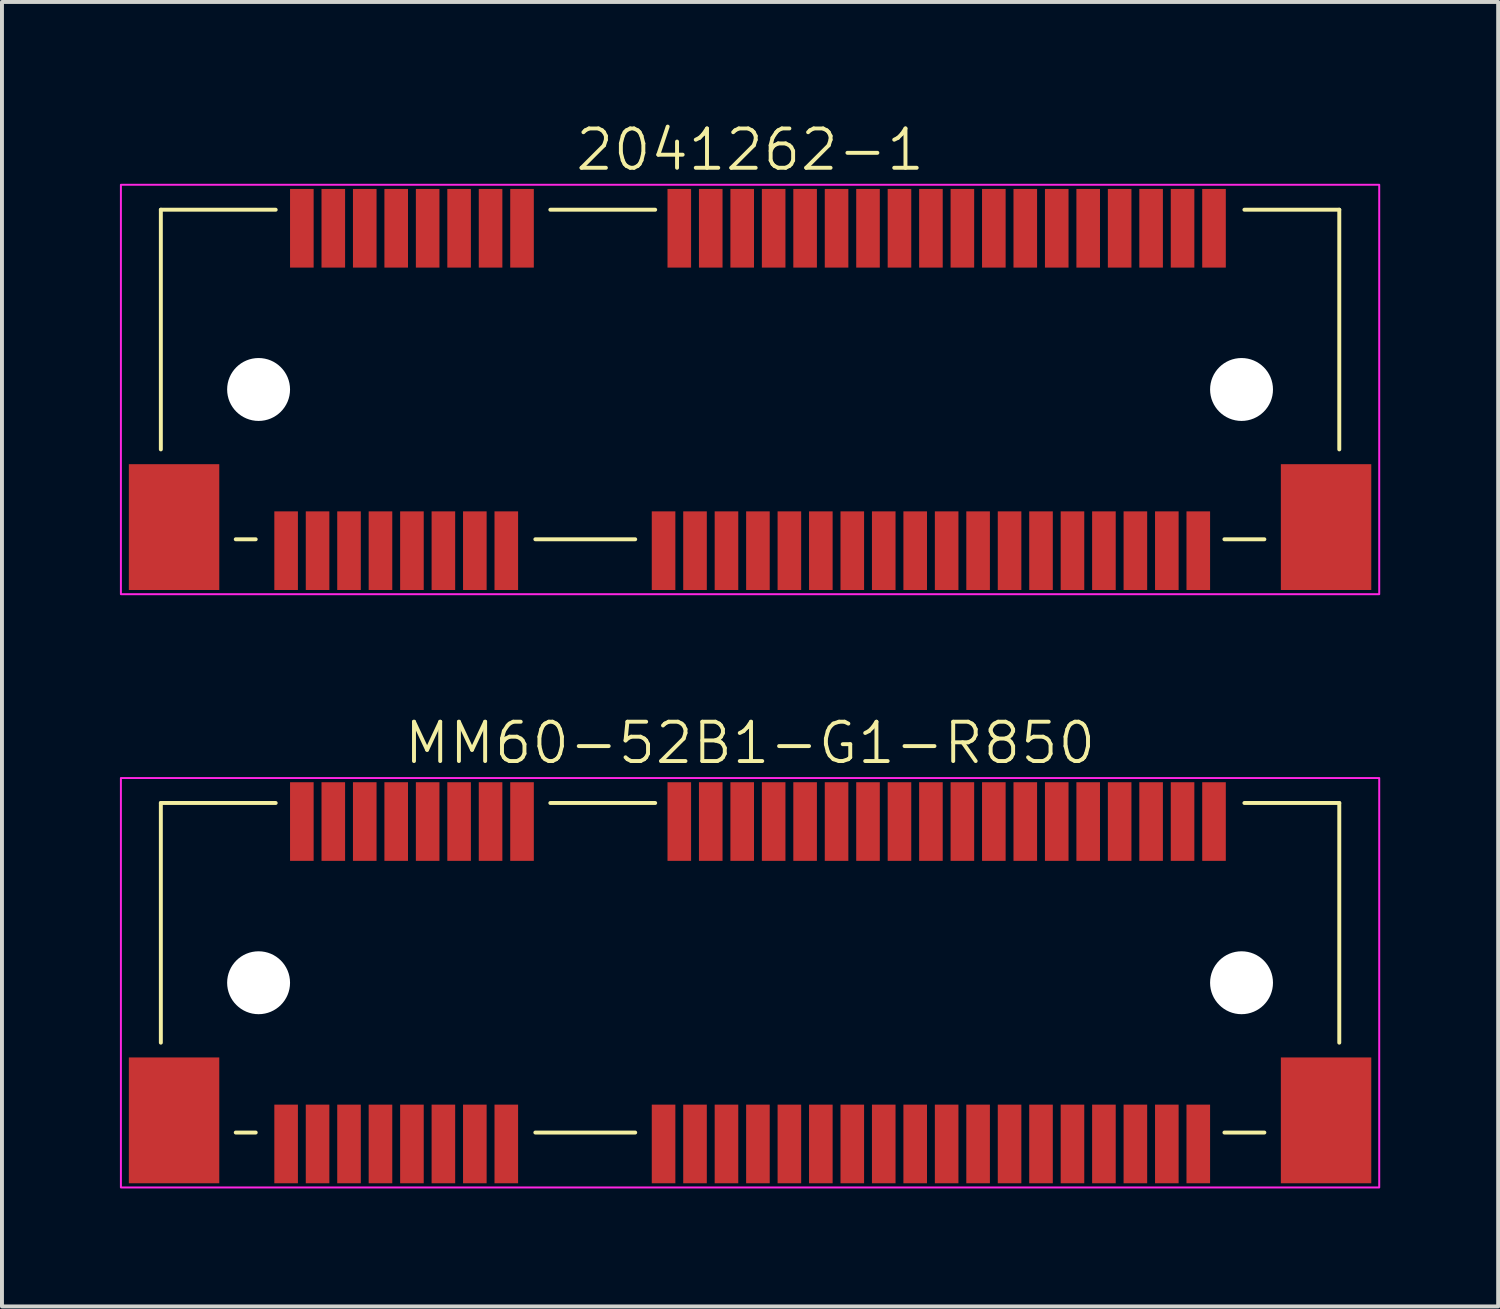
<source format=kicad_pcb>
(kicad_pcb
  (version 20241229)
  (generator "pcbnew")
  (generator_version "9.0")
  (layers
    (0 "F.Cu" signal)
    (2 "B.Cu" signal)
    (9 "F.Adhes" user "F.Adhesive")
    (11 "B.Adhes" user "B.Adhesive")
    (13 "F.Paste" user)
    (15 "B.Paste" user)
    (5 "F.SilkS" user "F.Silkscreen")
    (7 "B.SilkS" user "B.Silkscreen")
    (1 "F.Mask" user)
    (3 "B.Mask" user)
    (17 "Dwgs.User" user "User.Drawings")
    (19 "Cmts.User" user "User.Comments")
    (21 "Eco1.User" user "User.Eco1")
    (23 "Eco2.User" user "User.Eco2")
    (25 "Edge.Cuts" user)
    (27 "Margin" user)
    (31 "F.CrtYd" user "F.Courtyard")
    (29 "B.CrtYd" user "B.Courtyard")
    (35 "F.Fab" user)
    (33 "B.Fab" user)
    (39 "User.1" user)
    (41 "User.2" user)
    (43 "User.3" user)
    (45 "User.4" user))
  (footprint "2041262-1"
    (layer "F.Cu")
    (at 16.027 6.856)
    (property "Reference" "2041262-1" (at 0 -6.096 0) (unlocked yes) (layer "F.SilkS") (effects (font (size 1 1) (thickness 0.1))))
    (attr smd)
    (fp_line (start -14.986 -4.572) (end -12.065 -4.572) (stroke (width 0.1) (type default)) (layer "F.SilkS"))
    (fp_line (start -14.986 1.524) (end -14.986 -4.572) (stroke (width 0.1) (type default)) (layer "F.SilkS"))
    (fp_line (start -13.081 3.81) (end -12.573 3.81) (stroke (width 0.1) (type default)) (layer "F.SilkS"))
    (fp_line (start -5.461 3.81) (end -2.921 3.81) (stroke (width 0.1) (type default)) (layer "F.SilkS"))
    (fp_line (start -2.413 -4.572) (end -5.08 -4.572) (stroke (width 0.1) (type default)) (layer "F.SilkS"))
    (fp_line (start 12.065 3.81) (end 13.081 3.81) (stroke (width 0.1) (type default)) (layer "F.SilkS"))
    (fp_line (start 14.986 -4.572) (end 12.573 -4.572) (stroke (width 0.1) (type default)) (layer "F.SilkS"))
    (fp_line (start 14.986 1.524) (end 14.986 -4.572) (stroke (width 0.1) (type default)) (layer "F.SilkS"))
    (fp_rect (start -16.002 -5.207) (end 16.002 5.207) (stroke (width 0.05) (type default)) (fill no) (layer "F.CrtYd"))
    (pad "" smd rect (at -14.65 3.5) (size 2.3 3.2) (layers "F.Cu" "F.Mask" "F.Paste"))
    (pad "" np_thru_hole circle (at -12.5 0) (size 1.6 1.6) (drill 1.6) (layers "*.Cu" "*.Mask"))
    (pad "" np_thru_hole circle (at 12.5 0) (size 1.6 1.6) (drill 1.6) (layers "*.Cu" "*.Mask"))
    (pad "" smd rect (at 14.65 3.5) (size 2.3 3.2) (layers "F.Cu" "F.Mask" "F.Paste"))
    (pad "1" smd rect (at -11.8 4.1) (size 0.6 2) (layers "F.Cu" "F.Mask" "F.Paste"))
    (pad "2" smd rect (at -11.4 -4.1) (size 0.6 2) (layers "F.Cu" "F.Mask" "F.Paste"))
    (pad "3" smd rect (at -11 4.1) (size 0.6 2) (layers "F.Cu" "F.Mask" "F.Paste"))
    (pad "4" smd rect (at -10.6 -4.1) (size 0.6 2) (layers "F.Cu" "F.Mask" "F.Paste"))
    (pad "5" smd rect (at -10.2 4.1) (size 0.6 2) (layers "F.Cu" "F.Mask" "F.Paste"))
    (pad "6" smd rect (at -9.8 -4.1) (size 0.6 2) (layers "F.Cu" "F.Mask" "F.Paste"))
    (pad "7" smd rect (at -9.4 4.1) (size 0.6 2) (layers "F.Cu" "F.Mask" "F.Paste"))
    (pad "8" smd rect (at -9 -4.1) (size 0.6 2) (layers "F.Cu" "F.Mask" "F.Paste"))
    (pad "9" smd rect (at -8.6 4.1) (size 0.6 2) (layers "F.Cu" "F.Mask" "F.Paste"))
    (pad "10" smd rect (at -8.2 -4.1) (size 0.6 2) (layers "F.Cu" "F.Mask" "F.Paste"))
    (pad "11" smd rect (at -7.8 4.1) (size 0.6 2) (layers "F.Cu" "F.Mask" "F.Paste"))
    (pad "12" smd rect (at -7.4 -4.1) (size 0.6 2) (layers "F.Cu" "F.Mask" "F.Paste"))
    (pad "13" smd rect (at -7 4.1) (size 0.6 2) (layers "F.Cu" "F.Mask" "F.Paste"))
    (pad "14" smd rect (at -6.6 -4.1) (size 0.6 2) (layers "F.Cu" "F.Mask" "F.Paste"))
    (pad "15" smd rect (at -6.2 4.1) (size 0.6 2) (layers "F.Cu" "F.Mask" "F.Paste"))
    (pad "16" smd rect (at -5.8 -4.1) (size 0.6 2) (layers "F.Cu" "F.Mask" "F.Paste"))
    (pad "17" smd rect (at -2.2 4.1) (size 0.6 2) (layers "F.Cu" "F.Mask" "F.Paste"))
    (pad "18" smd rect (at -1.8 -4.1) (size 0.6 2) (layers "F.Cu" "F.Mask" "F.Paste"))
    (pad "19" smd rect (at -1.4 4.1) (size 0.6 2) (layers "F.Cu" "F.Mask" "F.Paste"))
    (pad "20" smd rect (at -1 -4.1) (size 0.6 2) (layers "F.Cu" "F.Mask" "F.Paste"))
    (pad "21" smd rect (at -0.6 4.1) (size 0.6 2) (layers "F.Cu" "F.Mask" "F.Paste"))
    (pad "22" smd rect (at -0.2 -4.1) (size 0.6 2) (layers "F.Cu" "F.Mask" "F.Paste"))
    (pad "23" smd rect (at 0.2 4.1) (size 0.6 2) (layers "F.Cu" "F.Mask" "F.Paste"))
    (pad "24" smd rect (at 0.6 -4.1) (size 0.6 2) (layers "F.Cu" "F.Mask" "F.Paste"))
    (pad "25" smd rect (at 1 4.1) (size 0.6 2) (layers "F.Cu" "F.Mask" "F.Paste"))
    (pad "26" smd rect (at 1.4 -4.1) (size 0.6 2) (layers "F.Cu" "F.Mask" "F.Paste"))
    (pad "27" smd rect (at 1.8 4.1) (size 0.6 2) (layers "F.Cu" "F.Mask" "F.Paste"))
    (pad "28" smd rect (at 2.2 -4.1) (size 0.6 2) (layers "F.Cu" "F.Mask" "F.Paste"))
    (pad "29" smd rect (at 2.6 4.1) (size 0.6 2) (layers "F.Cu" "F.Mask" "F.Paste"))
    (pad "30" smd rect (at 3 -4.1) (size 0.6 2) (layers "F.Cu" "F.Mask" "F.Paste"))
    (pad "31" smd rect (at 3.4 4.1) (size 0.6 2) (layers "F.Cu" "F.Mask" "F.Paste"))
    (pad "32" smd rect (at 3.8 -4.1) (size 0.6 2) (layers "F.Cu" "F.Mask" "F.Paste"))
    (pad "33" smd rect (at 4.2 4.1) (size 0.6 2) (layers "F.Cu" "F.Mask" "F.Paste"))
    (pad "34" smd rect (at 4.6 -4.1) (size 0.6 2) (layers "F.Cu" "F.Mask" "F.Paste"))
    (pad "35" smd rect (at 5 4.1) (size 0.6 2) (layers "F.Cu" "F.Mask" "F.Paste"))
    (pad "36" smd rect (at 5.4 -4.1) (size 0.6 2) (layers "F.Cu" "F.Mask" "F.Paste"))
    (pad "37" smd rect (at 5.8 4.1) (size 0.6 2) (layers "F.Cu" "F.Mask" "F.Paste"))
    (pad "38" smd rect (at 6.2 -4.1) (size 0.6 2) (layers "F.Cu" "F.Mask" "F.Paste"))
    (pad "39" smd rect (at 6.6 4.1) (size 0.6 2) (layers "F.Cu" "F.Mask" "F.Paste"))
    (pad "40" smd rect (at 7 -4.1) (size 0.6 2) (layers "F.Cu" "F.Mask" "F.Paste"))
    (pad "41" smd rect (at 7.4 4.1) (size 0.6 2) (layers "F.Cu" "F.Mask" "F.Paste"))
    (pad "42" smd rect (at 7.8 -4.1) (size 0.6 2) (layers "F.Cu" "F.Mask" "F.Paste"))
    (pad "43" smd rect (at 8.2 4.1) (size 0.6 2) (layers "F.Cu" "F.Mask" "F.Paste"))
    (pad "44" smd rect (at 8.6 -4.1) (size 0.6 2) (layers "F.Cu" "F.Mask" "F.Paste"))
    (pad "45" smd rect (at 9 4.1) (size 0.6 2) (layers "F.Cu" "F.Mask" "F.Paste"))
    (pad "46" smd rect (at 9.4 -4.1) (size 0.6 2) (layers "F.Cu" "F.Mask" "F.Paste"))
    (pad "47" smd rect (at 9.8 4.1) (size 0.6 2) (layers "F.Cu" "F.Mask" "F.Paste"))
    (pad "48" smd rect (at 10.2 -4.1) (size 0.6 2) (layers "F.Cu" "F.Mask" "F.Paste"))
    (pad "49" smd rect (at 10.6 4.1) (size 0.6 2) (layers "F.Cu" "F.Mask" "F.Paste"))
    (pad "50" smd rect (at 11 -4.1) (size 0.6 2) (layers "F.Cu" "F.Mask" "F.Paste"))
    (pad "51" smd rect (at 11.4 4.1) (size 0.6 2) (layers "F.Cu" "F.Mask" "F.Paste"))
    (pad "52" smd rect (at 11.8 -4.1) (size 0.6 2) (layers "F.Cu" "F.Mask" "F.Paste")))
  (footprint "MM60-52B1-G1-R850"
    (layer "F.Cu")
    (at 16.027 21.945)
    (property "Reference" "MM60-52B1-G1-R850" (at 0 -6.096 0) (unlocked yes) (layer "F.SilkS") (effects (font (size 1 1) (thickness 0.1))))
    (attr smd)
    (fp_line (start -14.986 -4.572) (end -12.065 -4.572) (stroke (width 0.1) (type default)) (layer "F.SilkS"))
    (fp_line (start -14.986 1.524) (end -14.986 -4.572) (stroke (width 0.1) (type default)) (layer "F.SilkS"))
    (fp_line (start -13.081 3.81) (end -12.573 3.81) (stroke (width 0.1) (type default)) (layer "F.SilkS"))
    (fp_line (start -5.461 3.81) (end -2.921 3.81) (stroke (width 0.1) (type default)) (layer "F.SilkS"))
    (fp_line (start -2.413 -4.572) (end -5.08 -4.572) (stroke (width 0.1) (type default)) (layer "F.SilkS"))
    (fp_line (start 12.065 3.81) (end 13.081 3.81) (stroke (width 0.1) (type default)) (layer "F.SilkS"))
    (fp_line (start 14.986 -4.572) (end 12.573 -4.572) (stroke (width 0.1) (type default)) (layer "F.SilkS"))
    (fp_line (start 14.986 1.524) (end 14.986 -4.572) (stroke (width 0.1) (type default)) (layer "F.SilkS"))
    (fp_rect (start -16.002 -5.207) (end 16.002 5.207) (stroke (width 0.05) (type default)) (fill no) (layer "F.CrtYd"))
    (pad "" smd rect (at -14.65 3.5) (size 2.3 3.2) (layers "F.Cu" "F.Mask" "F.Paste"))
    (pad "" np_thru_hole circle (at -12.5 0) (size 1.6 1.6) (drill 1.6) (layers "*.Cu" "*.Mask"))
    (pad "" np_thru_hole circle (at 12.5 0) (size 1.6 1.6) (drill 1.6) (layers "*.Cu" "*.Mask"))
    (pad "" smd rect (at 14.65 3.5) (size 2.3 3.2) (layers "F.Cu" "F.Mask" "F.Paste"))
    (pad "1" smd rect (at -11.8 4.1) (size 0.6 2) (layers "F.Cu" "F.Mask" "F.Paste"))
    (pad "2" smd rect (at -11.4 -4.1) (size 0.6 2) (layers "F.Cu" "F.Mask" "F.Paste"))
    (pad "3" smd rect (at -11 4.1) (size 0.6 2) (layers "F.Cu" "F.Mask" "F.Paste"))
    (pad "4" smd rect (at -10.6 -4.1) (size 0.6 2) (layers "F.Cu" "F.Mask" "F.Paste"))
    (pad "5" smd rect (at -10.2 4.1) (size 0.6 2) (layers "F.Cu" "F.Mask" "F.Paste"))
    (pad "6" smd rect (at -9.8 -4.1) (size 0.6 2) (layers "F.Cu" "F.Mask" "F.Paste"))
    (pad "7" smd rect (at -9.4 4.1) (size 0.6 2) (layers "F.Cu" "F.Mask" "F.Paste"))
    (pad "8" smd rect (at -9 -4.1) (size 0.6 2) (layers "F.Cu" "F.Mask" "F.Paste"))
    (pad "9" smd rect (at -8.6 4.1) (size 0.6 2) (layers "F.Cu" "F.Mask" "F.Paste"))
    (pad "10" smd rect (at -8.2 -4.1) (size 0.6 2) (layers "F.Cu" "F.Mask" "F.Paste"))
    (pad "11" smd rect (at -7.8 4.1) (size 0.6 2) (layers "F.Cu" "F.Mask" "F.Paste"))
    (pad "12" smd rect (at -7.4 -4.1) (size 0.6 2) (layers "F.Cu" "F.Mask" "F.Paste"))
    (pad "13" smd rect (at -7 4.1) (size 0.6 2) (layers "F.Cu" "F.Mask" "F.Paste"))
    (pad "14" smd rect (at -6.6 -4.1) (size 0.6 2) (layers "F.Cu" "F.Mask" "F.Paste"))
    (pad "15" smd rect (at -6.2 4.1) (size 0.6 2) (layers "F.Cu" "F.Mask" "F.Paste"))
    (pad "16" smd rect (at -5.8 -4.1) (size 0.6 2) (layers "F.Cu" "F.Mask" "F.Paste"))
    (pad "17" smd rect (at -2.2 4.1) (size 0.6 2) (layers "F.Cu" "F.Mask" "F.Paste"))
    (pad "18" smd rect (at -1.8 -4.1) (size 0.6 2) (layers "F.Cu" "F.Mask" "F.Paste"))
    (pad "19" smd rect (at -1.4 4.1) (size 0.6 2) (layers "F.Cu" "F.Mask" "F.Paste"))
    (pad "20" smd rect (at -1 -4.1) (size 0.6 2) (layers "F.Cu" "F.Mask" "F.Paste"))
    (pad "21" smd rect (at -0.6 4.1) (size 0.6 2) (layers "F.Cu" "F.Mask" "F.Paste"))
    (pad "22" smd rect (at -0.2 -4.1) (size 0.6 2) (layers "F.Cu" "F.Mask" "F.Paste"))
    (pad "23" smd rect (at 0.2 4.1) (size 0.6 2) (layers "F.Cu" "F.Mask" "F.Paste"))
    (pad "24" smd rect (at 0.6 -4.1) (size 0.6 2) (layers "F.Cu" "F.Mask" "F.Paste"))
    (pad "25" smd rect (at 1 4.1) (size 0.6 2) (layers "F.Cu" "F.Mask" "F.Paste"))
    (pad "26" smd rect (at 1.4 -4.1) (size 0.6 2) (layers "F.Cu" "F.Mask" "F.Paste"))
    (pad "27" smd rect (at 1.8 4.1) (size 0.6 2) (layers "F.Cu" "F.Mask" "F.Paste"))
    (pad "28" smd rect (at 2.2 -4.1) (size 0.6 2) (layers "F.Cu" "F.Mask" "F.Paste"))
    (pad "29" smd rect (at 2.6 4.1) (size 0.6 2) (layers "F.Cu" "F.Mask" "F.Paste"))
    (pad "30" smd rect (at 3 -4.1) (size 0.6 2) (layers "F.Cu" "F.Mask" "F.Paste"))
    (pad "31" smd rect (at 3.4 4.1) (size 0.6 2) (layers "F.Cu" "F.Mask" "F.Paste"))
    (pad "32" smd rect (at 3.8 -4.1) (size 0.6 2) (layers "F.Cu" "F.Mask" "F.Paste"))
    (pad "33" smd rect (at 4.2 4.1) (size 0.6 2) (layers "F.Cu" "F.Mask" "F.Paste"))
    (pad "34" smd rect (at 4.6 -4.1) (size 0.6 2) (layers "F.Cu" "F.Mask" "F.Paste"))
    (pad "35" smd rect (at 5 4.1) (size 0.6 2) (layers "F.Cu" "F.Mask" "F.Paste"))
    (pad "36" smd rect (at 5.4 -4.1) (size 0.6 2) (layers "F.Cu" "F.Mask" "F.Paste"))
    (pad "37" smd rect (at 5.8 4.1) (size 0.6 2) (layers "F.Cu" "F.Mask" "F.Paste"))
    (pad "38" smd rect (at 6.2 -4.1) (size 0.6 2) (layers "F.Cu" "F.Mask" "F.Paste"))
    (pad "39" smd rect (at 6.6 4.1) (size 0.6 2) (layers "F.Cu" "F.Mask" "F.Paste"))
    (pad "40" smd rect (at 7 -4.1) (size 0.6 2) (layers "F.Cu" "F.Mask" "F.Paste"))
    (pad "41" smd rect (at 7.4 4.1) (size 0.6 2) (layers "F.Cu" "F.Mask" "F.Paste"))
    (pad "42" smd rect (at 7.8 -4.1) (size 0.6 2) (layers "F.Cu" "F.Mask" "F.Paste"))
    (pad "43" smd rect (at 8.2 4.1) (size 0.6 2) (layers "F.Cu" "F.Mask" "F.Paste"))
    (pad "44" smd rect (at 8.6 -4.1) (size 0.6 2) (layers "F.Cu" "F.Mask" "F.Paste"))
    (pad "45" smd rect (at 9 4.1) (size 0.6 2) (layers "F.Cu" "F.Mask" "F.Paste"))
    (pad "46" smd rect (at 9.4 -4.1) (size 0.6 2) (layers "F.Cu" "F.Mask" "F.Paste"))
    (pad "47" smd rect (at 9.8 4.1) (size 0.6 2) (layers "F.Cu" "F.Mask" "F.Paste"))
    (pad "48" smd rect (at 10.2 -4.1) (size 0.6 2) (layers "F.Cu" "F.Mask" "F.Paste"))
    (pad "49" smd rect (at 10.6 4.1) (size 0.6 2) (layers "F.Cu" "F.Mask" "F.Paste"))
    (pad "50" smd rect (at 11 -4.1) (size 0.6 2) (layers "F.Cu" "F.Mask" "F.Paste"))
    (pad "51" smd rect (at 11.4 4.1) (size 0.6 2) (layers "F.Cu" "F.Mask" "F.Paste"))
    (pad "52" smd rect (at 11.8 -4.1) (size 0.6 2) (layers "F.Cu" "F.Mask" "F.Paste")))
  (gr_rect
    (start -3 -3)
    (end 35.054 30.177)
    (stroke (width 0.1) (type default))
    (fill no)
    (layer "Edge.Cuts")))
</source>
